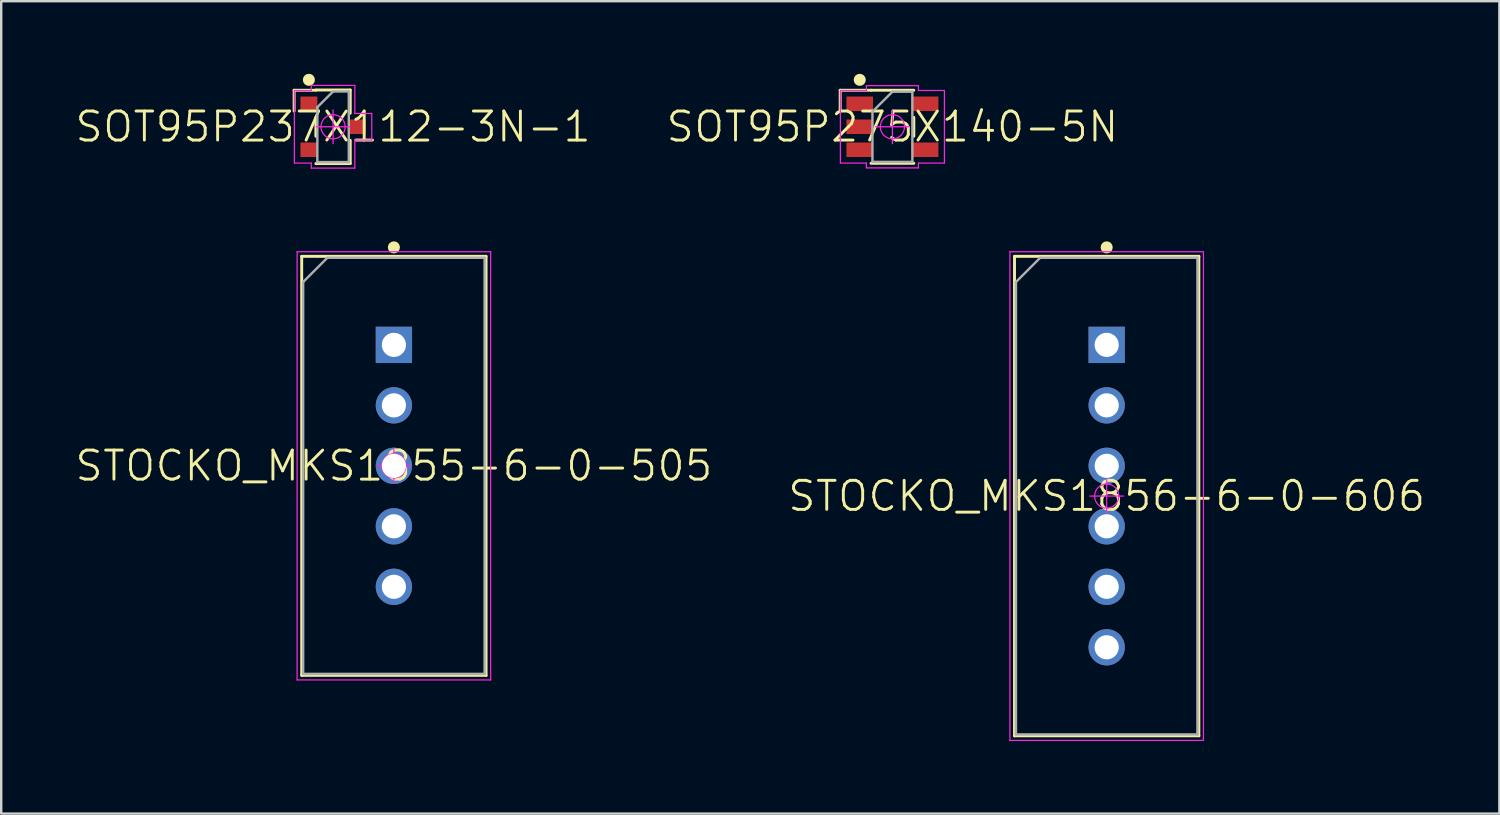
<source format=kicad_pcb>
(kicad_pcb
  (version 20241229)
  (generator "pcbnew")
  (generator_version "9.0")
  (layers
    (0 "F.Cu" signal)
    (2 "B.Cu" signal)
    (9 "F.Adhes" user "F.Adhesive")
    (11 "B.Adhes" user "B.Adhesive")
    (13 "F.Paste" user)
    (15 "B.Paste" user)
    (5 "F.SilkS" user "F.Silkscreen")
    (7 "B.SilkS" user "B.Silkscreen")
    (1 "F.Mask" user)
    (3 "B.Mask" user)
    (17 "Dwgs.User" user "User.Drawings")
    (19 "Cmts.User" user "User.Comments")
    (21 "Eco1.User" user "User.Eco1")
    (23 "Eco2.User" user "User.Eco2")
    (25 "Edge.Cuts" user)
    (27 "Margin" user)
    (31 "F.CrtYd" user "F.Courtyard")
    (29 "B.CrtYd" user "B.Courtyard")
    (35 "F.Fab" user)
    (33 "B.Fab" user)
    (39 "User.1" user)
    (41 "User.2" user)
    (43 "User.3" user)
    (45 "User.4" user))
  (footprint "SOT95P237X112-3N-1"
    (layer "F.Cu")
    (at 10.717 2.19)
    (property "Reference" "SOT95P237X112-3N-1" (at 0 0 0) (layer "F.SilkS") (effects (font (size 1.2 1.2) (thickness 0.12))))
    (attr smd)
    (fp_line (start -1.61 -1.51) (end -1.61 -0.65) (stroke (width 0.12) (type solid)) (layer "F.SilkS"))
    (fp_line (start -0.71 -1.52) (end 0.71 -1.52) (stroke (width 0.12) (type solid)) (layer "F.SilkS"))
    (fp_line (start -0.71 -1.51) (end -1.61 -1.51) (stroke (width 0.12) (type solid)) (layer "F.SilkS"))
    (fp_line (start -0.71 -0.39) (end -0.71 0.39) (stroke (width 0.12) (type solid)) (layer "F.SilkS"))
    (fp_line (start 0.71 -1.52) (end 0.71 -0.56) (stroke (width 0.12) (type solid)) (layer "F.SilkS"))
    (fp_line (start 0.71 0.56) (end 0.71 1.52) (stroke (width 0.12) (type solid)) (layer "F.SilkS"))
    (fp_line (start 0.71 1.52) (end -0.71 1.52) (stroke (width 0.12) (type solid)) (layer "F.SilkS"))
    (fp_circle (center -1 -1.94) (end -1 -1.815) (stroke (width 0.25) (type solid)) (fill no) (layer "F.SilkS"))
    (fp_line (start -1.6 -1.5) (end -0.9 -1.5) (stroke (width 0.05) (type solid)) (layer "F.CrtYd"))
    (fp_line (start -1.6 1.5) (end -1.6 -1.5) (stroke (width 0.05) (type solid)) (layer "F.CrtYd"))
    (fp_line (start -0.9 -1.71) (end 0.9 -1.71) (stroke (width 0.05) (type solid)) (layer "F.CrtYd"))
    (fp_line (start -0.9 -1.5) (end -0.9 -1.71) (stroke (width 0.05) (type solid)) (layer "F.CrtYd"))
    (fp_line (start -0.9 1.5) (end -1.6 1.5) (stroke (width 0.05) (type solid)) (layer "F.CrtYd"))
    (fp_line (start -0.9 1.71) (end -0.9 1.5) (stroke (width 0.05) (type solid)) (layer "F.CrtYd"))
    (fp_line (start -0.7 0) (end 0.7 0) (stroke (width 0.05) (type solid)) (layer "F.CrtYd"))
    (fp_line (start 0 -0.7) (end 0 0.7) (stroke (width 0.05) (type solid)) (layer "F.CrtYd"))
    (fp_line (start 0.9 -1.71) (end 0.9 -0.55) (stroke (width 0.05) (type solid)) (layer "F.CrtYd"))
    (fp_line (start 0.9 -0.55) (end 1.6 -0.55) (stroke (width 0.05) (type solid)) (layer "F.CrtYd"))
    (fp_line (start 0.9 0.55) (end 0.9 1.71) (stroke (width 0.05) (type solid)) (layer "F.CrtYd"))
    (fp_line (start 0.9 1.71) (end -0.9 1.71) (stroke (width 0.05) (type solid)) (layer "F.CrtYd"))
    (fp_line (start 1.6 -0.55) (end 1.6 0.55) (stroke (width 0.05) (type solid)) (layer "F.CrtYd"))
    (fp_line (start 1.6 0.55) (end 0.9 0.55) (stroke (width 0.05) (type solid)) (layer "F.CrtYd"))
    (fp_circle (center 0 0) (end 0 0.5) (stroke (width 0.05) (type solid)) (fill no) (layer "F.CrtYd"))
    (fp_line (start -0.65 -0.81) (end 0 -1.46) (stroke (width 0.1) (type solid)) (layer "F.Fab"))
    (fp_line (start -0.65 1.46) (end -0.65 -0.81) (stroke (width 0.1) (type solid)) (layer "F.Fab"))
    (fp_line (start 0 -1.46) (end 0.65 -1.46) (stroke (width 0.1) (type solid)) (layer "F.Fab"))
    (fp_line (start 0.65 -1.46) (end 0.65 1.46) (stroke (width 0.1) (type solid)) (layer "F.Fab"))
    (fp_line (start 0.65 1.46) (end -0.65 1.46) (stroke (width 0.1) (type solid)) (layer "F.Fab"))
    (pad "1" smd rect (at -1 -0.95) (size 0.7 0.6) (layers "F.Cu" "F.Mask" "F.Paste"))
    (pad "2" smd rect (at -1 0.95) (size 0.7 0.6) (layers "F.Cu" "F.Mask" "F.Paste"))
    (pad "3" smd rect (at 1 0) (size 0.7 0.6) (layers "F.Cu" "F.Mask" "F.Paste")))
  (footprint "SOT95P275X140-5N"
    (layer "F.Cu")
    (at 33.837 2.19)
    (property "Reference" "SOT95P275X140-5N" (at 0 0 0) (layer "F.SilkS") (effects (font (size 1.2 1.2) (thickness 0.12))))
    (attr smd)
    (fp_line (start -2.16 -1.51) (end -2.16 -0.65) (stroke (width 0.12) (type solid)) (layer "F.SilkS"))
    (fp_line (start -0.885 -1.51) (end -2.16 -1.51) (stroke (width 0.12) (type solid)) (layer "F.SilkS"))
    (fp_line (start -0.885 -1.51) (end 0.885 -1.51) (stroke (width 0.12) (type solid)) (layer "F.SilkS"))
    (fp_line (start 0.885 -0.39) (end 0.885 0.39) (stroke (width 0.12) (type solid)) (layer "F.SilkS"))
    (fp_line (start 0.885 1.51) (end -0.885 1.51) (stroke (width 0.12) (type solid)) (layer "F.SilkS"))
    (fp_circle (center -1.35 -1.94) (end -1.35 -1.815) (stroke (width 0.25) (type solid)) (fill no) (layer "F.SilkS"))
    (fp_line (start -2.15 -1.5) (end -1.075 -1.5) (stroke (width 0.05) (type solid)) (layer "F.CrtYd"))
    (fp_line (start -2.15 1.5) (end -2.15 -1.5) (stroke (width 0.05) (type solid)) (layer "F.CrtYd"))
    (fp_line (start -1.075 -1.7) (end 1.075 -1.7) (stroke (width 0.05) (type solid)) (layer "F.CrtYd"))
    (fp_line (start -1.075 -1.5) (end -1.075 -1.7) (stroke (width 0.05) (type solid)) (layer "F.CrtYd"))
    (fp_line (start -1.075 1.5) (end -2.15 1.5) (stroke (width 0.05) (type solid)) (layer "F.CrtYd"))
    (fp_line (start -1.075 1.7) (end -1.075 1.5) (stroke (width 0.05) (type solid)) (layer "F.CrtYd"))
    (fp_line (start -0.7 0) (end 0.7 0) (stroke (width 0.05) (type solid)) (layer "F.CrtYd"))
    (fp_line (start 0 -0.7) (end 0 0.7) (stroke (width 0.05) (type solid)) (layer "F.CrtYd"))
    (fp_line (start 1.075 -1.7) (end 1.075 -1.5) (stroke (width 0.05) (type solid)) (layer "F.CrtYd"))
    (fp_line (start 1.075 -1.5) (end 2.15 -1.5) (stroke (width 0.05) (type solid)) (layer "F.CrtYd"))
    (fp_line (start 1.075 1.5) (end 1.075 1.7) (stroke (width 0.05) (type solid)) (layer "F.CrtYd"))
    (fp_line (start 1.075 1.7) (end -1.075 1.7) (stroke (width 0.05) (type solid)) (layer "F.CrtYd"))
    (fp_line (start 2.15 -1.5) (end 2.15 1.5) (stroke (width 0.05) (type solid)) (layer "F.CrtYd"))
    (fp_line (start 2.15 1.5) (end 1.075 1.5) (stroke (width 0.05) (type solid)) (layer "F.CrtYd"))
    (fp_circle (center 0 0) (end 0 0.5) (stroke (width 0.05) (type solid)) (fill no) (layer "F.CrtYd"))
    (fp_line (start -0.825 -0.625) (end 0 -1.45) (stroke (width 0.1) (type solid)) (layer "F.Fab"))
    (fp_line (start -0.825 1.45) (end -0.825 -0.625) (stroke (width 0.1) (type solid)) (layer "F.Fab"))
    (fp_line (start 0 -1.45) (end 0.825 -1.45) (stroke (width 0.1) (type solid)) (layer "F.Fab"))
    (fp_line (start 0.825 -1.45) (end 0.825 1.45) (stroke (width 0.1) (type solid)) (layer "F.Fab"))
    (fp_line (start 0.825 1.45) (end -0.825 1.45) (stroke (width 0.1) (type solid)) (layer "F.Fab"))
    (pad "1" smd rect (at -1.35 -0.95) (size 1.1 0.6) (layers "F.Cu" "F.Mask" "F.Paste"))
    (pad "2" smd rect (at -1.35 0) (size 1.1 0.6) (layers "F.Cu" "F.Mask" "F.Paste"))
    (pad "3" smd rect (at -1.35 0.95) (size 1.1 0.6) (layers "F.Cu" "F.Mask" "F.Paste"))
    (pad "4" smd rect (at 1.35 0.95) (size 1.1 0.6) (layers "F.Cu" "F.Mask" "F.Paste"))
    (pad "5" smd rect (at 1.35 -0.95) (size 1.1 0.6) (layers "F.Cu" "F.Mask" "F.Paste")))
  (footprint "STOCKO_MKS1856-6-0-606"
    (layer "F.Cu")
    (at 42.694 17.455)
    (property "Reference" "STOCKO_MKS1856-6-0-606" (at 0 0 0) (layer "F.SilkS") (effects (font (size 1.2 1.2) (thickness 0.12))))
    (attr through_hole)
    (fp_line (start -3.81 -9.91) (end 3.81 -9.91) (stroke (width 0.12) (type solid)) (layer "F.SilkS"))
    (fp_line (start -3.81 9.91) (end -3.81 -9.91) (stroke (width 0.12) (type solid)) (layer "F.SilkS"))
    (fp_line (start 3.81 -9.91) (end 3.81 9.91) (stroke (width 0.12) (type solid)) (layer "F.SilkS"))
    (fp_line (start 3.81 9.91) (end -3.81 9.91) (stroke (width 0.12) (type solid)) (layer "F.SilkS"))
    (fp_circle (center 0 -10.28) (end 0 -10.155) (stroke (width 0.25) (type solid)) (fill no) (layer "F.SilkS"))
    (fp_line (start -4 -10.1) (end 4 -10.1) (stroke (width 0.05) (type solid)) (layer "F.CrtYd"))
    (fp_line (start -4 10.1) (end -4 -10.1) (stroke (width 0.05) (type solid)) (layer "F.CrtYd"))
    (fp_line (start -0.7 0) (end 0.7 0) (stroke (width 0.05) (type solid)) (layer "F.CrtYd"))
    (fp_line (start 0 -0.7) (end 0 0.7) (stroke (width 0.05) (type solid)) (layer "F.CrtYd"))
    (fp_line (start 4 -10.1) (end 4 10.1) (stroke (width 0.05) (type solid)) (layer "F.CrtYd"))
    (fp_line (start 4 10.1) (end -4 10.1) (stroke (width 0.05) (type solid)) (layer "F.CrtYd"))
    (fp_circle (center 0 0) (end 0 0.5) (stroke (width 0.05) (type solid)) (fill no) (layer "F.CrtYd"))
    (fp_line (start -3.75 -8.85) (end -2.75 -9.85) (stroke (width 0.1) (type solid)) (layer "F.Fab"))
    (fp_line (start -3.75 9.85) (end -3.75 -8.85) (stroke (width 0.1) (type solid)) (layer "F.Fab"))
    (fp_line (start -2.75 -9.85) (end 3.75 -9.85) (stroke (width 0.1) (type solid)) (layer "F.Fab"))
    (fp_line (start 3.75 -9.85) (end 3.75 9.85) (stroke (width 0.1) (type solid)) (layer "F.Fab"))
    (fp_line (start 3.75 9.85) (end -3.75 9.85) (stroke (width 0.1) (type solid)) (layer "F.Fab"))
    (pad "1" thru_hole rect (at 0 -6.25) (size 1.5 1.5) (drill 1) (layers "*.Cu" "*.Paste" "*.Mask"))
    (pad "2" thru_hole circle (at 0 -3.75) (size 1.5 1.5) (drill 1) (layers "*.Cu" "*.Paste" "*.Mask"))
    (pad "3" thru_hole circle (at 0 -1.25) (size 1.5 1.5) (drill 1) (layers "*.Cu" "*.Paste" "*.Mask"))
    (pad "4" thru_hole circle (at 0 1.25) (size 1.5 1.5) (drill 1) (layers "*.Cu" "*.Paste" "*.Mask"))
    (pad "5" thru_hole circle (at 0 3.75) (size 1.5 1.5) (drill 1) (layers "*.Cu" "*.Paste" "*.Mask"))
    (pad "6" thru_hole circle (at 0 6.25) (size 1.5 1.5) (drill 1) (layers "*.Cu" "*.Paste" "*.Mask")))
  (footprint "STOCKO_MKS1855-6-0-505"
    (layer "F.Cu")
    (at 13.231 16.205)
    (property "Reference" "STOCKO_MKS1855-6-0-505" (at 0 0 0) (layer "F.SilkS") (effects (font (size 1.2 1.2) (thickness 0.12))))
    (attr through_hole)
    (fp_line (start -3.81 -8.66) (end 3.81 -8.66) (stroke (width 0.12) (type solid)) (layer "F.SilkS"))
    (fp_line (start -3.81 8.66) (end -3.81 -8.66) (stroke (width 0.12) (type solid)) (layer "F.SilkS"))
    (fp_line (start 3.81 -8.66) (end 3.81 8.66) (stroke (width 0.12) (type solid)) (layer "F.SilkS"))
    (fp_line (start 3.81 8.66) (end -3.81 8.66) (stroke (width 0.12) (type solid)) (layer "F.SilkS"))
    (fp_circle (center 0 -9.03) (end 0 -8.905) (stroke (width 0.25) (type solid)) (fill no) (layer "F.SilkS"))
    (fp_line (start -4 -8.85) (end 4 -8.85) (stroke (width 0.05) (type solid)) (layer "F.CrtYd"))
    (fp_line (start -4 8.85) (end -4 -8.85) (stroke (width 0.05) (type solid)) (layer "F.CrtYd"))
    (fp_line (start -0.7 0) (end 0.7 0) (stroke (width 0.05) (type solid)) (layer "F.CrtYd"))
    (fp_line (start 0 -0.7) (end 0 0.7) (stroke (width 0.05) (type solid)) (layer "F.CrtYd"))
    (fp_line (start 4 -8.85) (end 4 8.85) (stroke (width 0.05) (type solid)) (layer "F.CrtYd"))
    (fp_line (start 4 8.85) (end -4 8.85) (stroke (width 0.05) (type solid)) (layer "F.CrtYd"))
    (fp_circle (center 0 0) (end 0 0.5) (stroke (width 0.05) (type solid)) (fill no) (layer "F.CrtYd"))
    (fp_line (start -3.75 -7.6) (end -2.75 -8.6) (stroke (width 0.1) (type solid)) (layer "F.Fab"))
    (fp_line (start -3.75 8.6) (end -3.75 -7.6) (stroke (width 0.1) (type solid)) (layer "F.Fab"))
    (fp_line (start -2.75 -8.6) (end 3.75 -8.6) (stroke (width 0.1) (type solid)) (layer "F.Fab"))
    (fp_line (start 3.75 -8.6) (end 3.75 8.6) (stroke (width 0.1) (type solid)) (layer "F.Fab"))
    (fp_line (start 3.75 8.6) (end -3.75 8.6) (stroke (width 0.1) (type solid)) (layer "F.Fab"))
    (pad "1" thru_hole rect (at 0 -5) (size 1.5 1.5) (drill 1) (layers "*.Cu" "*.Paste" "*.Mask"))
    (pad "2" thru_hole circle (at 0 -2.5) (size 1.5 1.5) (drill 1) (layers "*.Cu" "*.Paste" "*.Mask"))
    (pad "3" thru_hole circle (at 0 0) (size 1.5 1.5) (drill 1) (layers "*.Cu" "*.Paste" "*.Mask"))
    (pad "4" thru_hole circle (at 0 2.5) (size 1.5 1.5) (drill 1) (layers "*.Cu" "*.Paste" "*.Mask"))
    (pad "5" thru_hole circle (at 0 5) (size 1.5 1.5) (drill 1) (layers "*.Cu" "*.Paste" "*.Mask")))
  (gr_rect
    (start -3 -3)
    (end 58.926 30.58)
    (stroke (width 0.1) (type default))
    (fill no)
    (layer "Edge.Cuts")))
</source>
